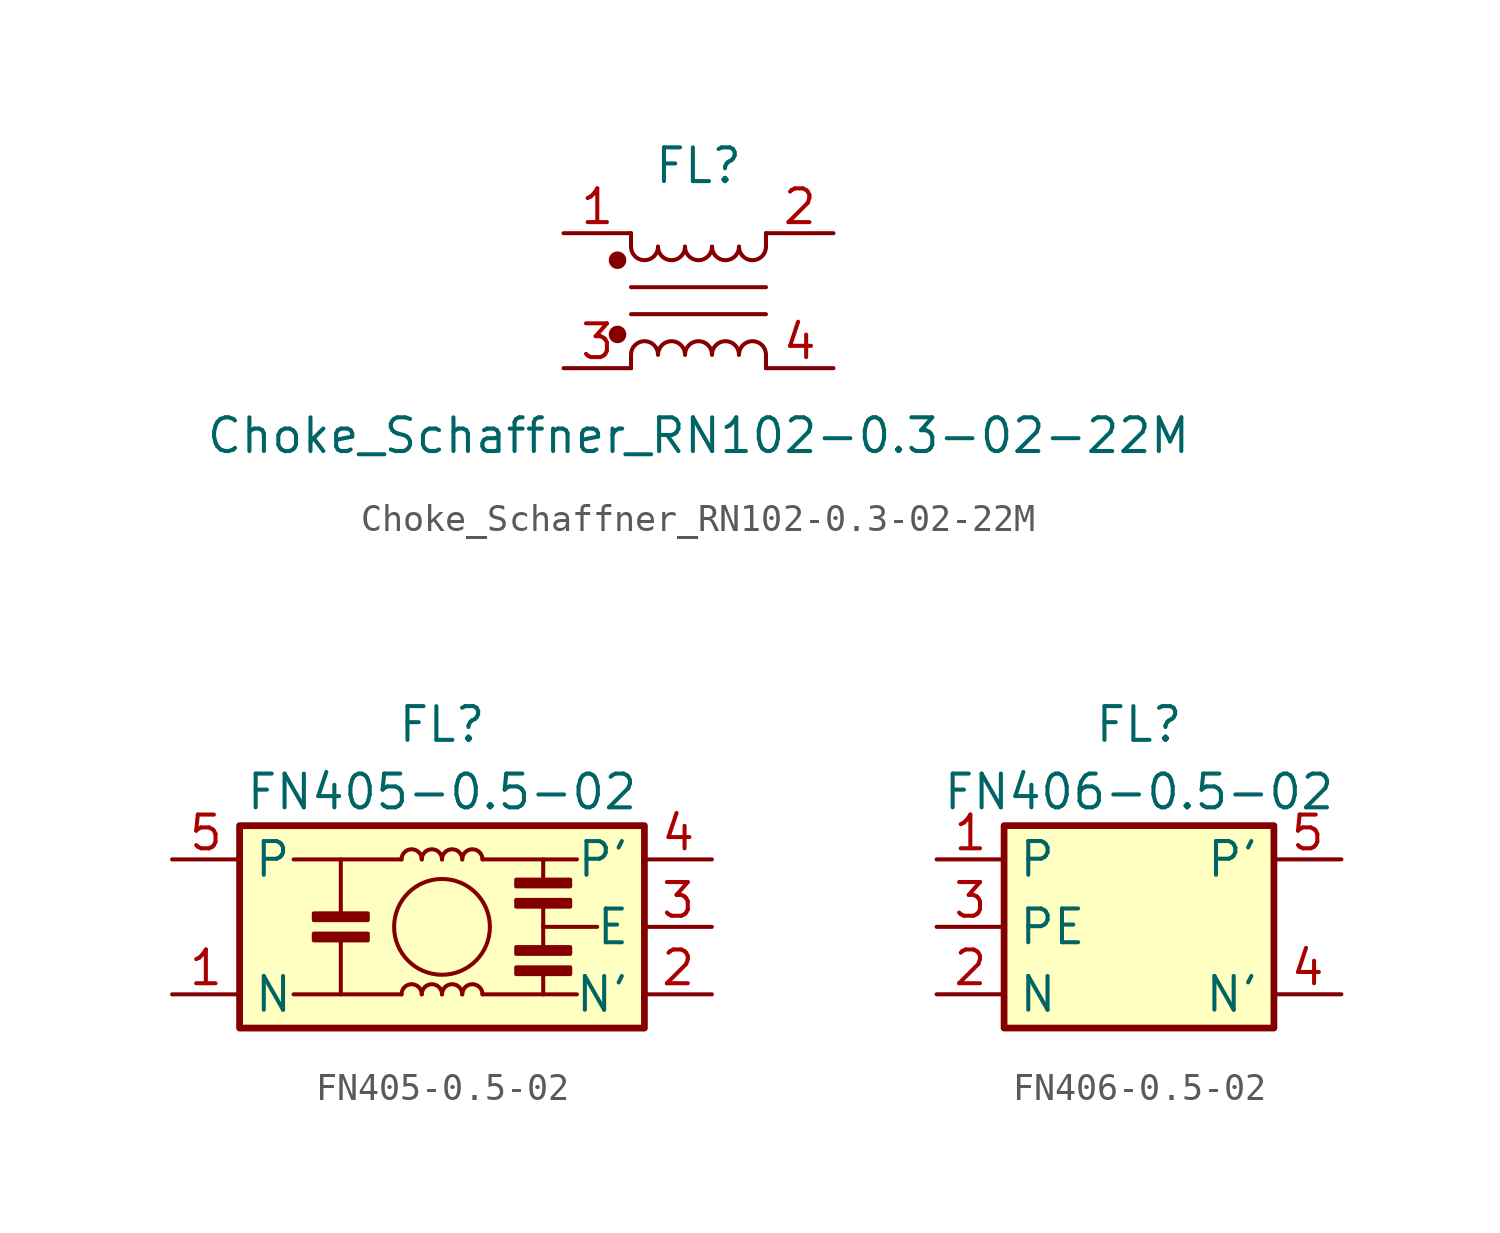
<source format=kicad_sym>
(kicad_symbol_lib
  (version 20201005)
  (generator kicad_symbol_editor)
  (symbol "Choke_Schaffner_RN102-0.3-02-22M"
    (pin_names hide)
    (property "Reference" "FL"
      (at 0 5.08 0)
      (effects (font (size 1.27 1.27))))
    (property "Value" "Choke_Schaffner_RN102-0.3-02-22M"
      (at 0 -5.08 0)
      (effects (font (size 1.27 1.27))))
    (symbol "Choke_Schaffner_RN102-0.3-02-22M_1_1"
      (arc (start -1.524 -2.032) (end -2.54 -2.032) (radius (at -2.032 -2.032) (length 0.508) (angles 0.1 179.9)) (stroke (width 0)) (fill (type none)))
      (arc (start -2.54 2.032) (end -1.524 2.032) (radius (at -2.032 2.032) (length 0.508) (angles -179.9 -0.1)) (stroke (width 0)) (fill (type none)))
      (arc (start -0.508 -2.032) (end -1.524 -2.032) (radius (at -1.016 -2.032) (length 0.508) (angles 0.1 179.9)) (stroke (width 0)) (fill (type none)))
      (arc (start -1.524 2.032) (end -0.508 2.032) (radius (at -1.016 2.032) (length 0.508) (angles -179.9 -0.1)) (stroke (width 0)) (fill (type none)))
      (arc (start 0.508 -2.032) (end -0.508 -2.032) (radius (at 0 -2.032) (length 0.508) (angles 0.1 179.9)) (stroke (width 0)) (fill (type none)))
      (arc (start -0.508 2.032) (end 0.508 2.032) (radius (at 0 2.032) (length 0.508) (angles -179.9 -0.1)) (stroke (width 0)) (fill (type none)))
      (arc (start 1.524 -2.032) (end 0.508 -2.032) (radius (at 1.016 -2.032) (length 0.508) (angles 0.1 179.9)) (stroke (width 0)) (fill (type none)))
      (arc (start 0.508 2.032) (end 1.524 2.032) (radius (at 1.016 2.032) (length 0.508) (angles -179.9 -0.1)) (stroke (width 0)) (fill (type none)))
      (arc (start 2.54 -2.032) (end 1.524 -2.032) (radius (at 2.032 -2.032) (length 0.508) (angles 0.1 179.9)) (stroke (width 0)) (fill (type none)))
      (arc (start 1.524 2.032) (end 2.54 2.032) (radius (at 2.032 2.032) (length 0.508) (angles -179.9 -0.1)) (stroke (width 0)) (fill (type none)))
      (circle (center -3.048 -1.27) (radius 0.254) (stroke (width 0)) (fill (type outline)))
      (circle (center -3.048 1.524) (radius 0.254) (stroke (width 0)) (fill (type outline)))
      (polyline (pts (xy -2.54 -2.032) (xy -2.54 -2.54)) (stroke (width 0)) (fill (type none)))
      (polyline (pts (xy -2.54 0.508) (xy 2.54 0.508)) (stroke (width 0)) (fill (type none)))
      (polyline (pts (xy -2.54 2.032) (xy -2.54 2.54)) (stroke (width 0)) (fill (type none)))
      (polyline (pts (xy 2.54 -2.032) (xy 2.54 -2.54)) (stroke (width 0)) (fill (type none)))
      (polyline (pts (xy 2.54 -0.508) (xy -2.54 -0.508)) (stroke (width 0)) (fill (type none)))
      (polyline (pts (xy 2.54 2.54) (xy 2.54 2.032)) (stroke (width 0)) (fill (type none)))
      (pin passive line (at -5.08 2.54 0) (length 2.54) (name "1" (effects (font (size 1.27 1.27)))) (number "1" (effects (font (size 1.27 1.27)))))
      (pin passive line (at 5.08 2.54 180) (length 2.54) (name "2" (effects (font (size 1.27 1.27)))) (number "2" (effects (font (size 1.27 1.27)))))
      (pin passive line (at -5.08 -2.54 0) (length 2.54) (name "3" (effects (font (size 1.27 1.27)))) (number "3" (effects (font (size 1.27 1.27)))))
      (pin passive line (at 5.08 -2.54 180) (length 2.54) (name "4" (effects (font (size 1.27 1.27)))) (number "4" (effects (font (size 1.27 1.27)))))))
  (symbol "FN405-0.5-02"
    (property "Reference" "FL"
      (at 0 7.62 0)
      (effects (font (size 1.27 1.27))))
    (property "Value" "FN405-0.5-02"
      (at 0 5.08 0)
      (effects (font (size 1.27 1.27))))
    (symbol "FN405-0.5-02_0_1"
      (arc (start -0.762 -2.54) (end -1.524 -2.54) (radius (at -1.143 -2.54) (length 0.381) (angles 0.1 179.9)) (stroke (width 0)) (fill (type none)))
      (arc (start -0.762 2.54) (end -1.524 2.54) (radius (at -1.143 2.54) (length 0.381) (angles 0.1 179.9)) (stroke (width 0)) (fill (type none)))
      (arc (start 0 -2.54) (end -0.762 -2.54) (radius (at -0.381 -2.54) (length 0.381) (angles 0.1 179.9)) (stroke (width 0)) (fill (type none)))
      (arc (start 0 2.54) (end -0.762 2.54) (radius (at -0.381 2.54) (length 0.381) (angles 0.1 179.9)) (stroke (width 0)) (fill (type none)))
      (arc (start 0.762 -2.54) (end 0 -2.54) (radius (at 0.381 -2.54) (length 0.381) (angles 0.1 179.9)) (stroke (width 0)) (fill (type none)))
      (arc (start 0.762 2.54) (end 0 2.54) (radius (at 0.381 2.54) (length 0.381) (angles 0.1 179.9)) (stroke (width 0)) (fill (type none)))
      (arc (start 1.524 -2.54) (end 0.762 -2.54) (radius (at 1.143 -2.54) (length 0.381) (angles 0.1 179.9)) (stroke (width 0)) (fill (type none)))
      (arc (start 1.524 2.54) (end 0.762 2.54) (radius (at 1.143 2.54) (length 0.381) (angles 0.1 179.9)) (stroke (width 0)) (fill (type none)))
      (circle (center 0 0) (radius 1.803) (stroke (width 0)) (fill (type none)))
      (rectangle (start -4.826 -0.254) (end -2.794 -0.508) (stroke (width 0)) (fill (type outline)))
      (rectangle (start -4.826 0.254) (end -2.794 0.508) (stroke (width 0)) (fill (type outline)))
      (rectangle (start 2.794 -1.524) (end 4.826 -1.778) (stroke (width 0)) (fill (type outline)))
      (rectangle (start 2.794 -1.016) (end 4.826 -0.762) (stroke (width 0)) (fill (type outline)))
      (rectangle (start 2.794 1.016) (end 4.826 0.762) (stroke (width 0)) (fill (type outline)))
      (rectangle (start 2.794 1.524) (end 4.826 1.778) (stroke (width 0)) (fill (type outline)))
      (rectangle (start -7.62 3.81) (end 7.62 -3.81) (stroke (width 0.254)) (fill (type background)))
      (polyline (pts (xy -3.81 -0.508) (xy -3.81 -2.54)) (stroke (width 0)) (fill (type none)))
      (polyline (pts (xy -3.81 0.508) (xy -3.81 2.54)) (stroke (width 0)) (fill (type none)))
      (polyline (pts (xy -1.524 -2.54) (xy -5.588 -2.54)) (stroke (width 0)) (fill (type none)))
      (polyline (pts (xy -1.524 2.54) (xy -5.588 2.54)) (stroke (width 0)) (fill (type none)))
      (polyline (pts (xy 1.524 -2.54) (xy 5.08 -2.54)) (stroke (width 0)) (fill (type none)))
      (polyline (pts (xy 3.81 -1.778) (xy 3.81 -2.54)) (stroke (width 0)) (fill (type none)))
      (polyline (pts (xy 3.81 0) (xy 5.842 0)) (stroke (width 0)) (fill (type none)))
      (polyline (pts (xy 3.81 0.762) (xy 3.81 -0.762)) (stroke (width 0)) (fill (type none)))
      (polyline (pts (xy 3.81 1.778) (xy 3.81 2.54)) (stroke (width 0)) (fill (type none)))
      (polyline (pts (xy 5.08 2.54) (xy 1.524 2.54)) (stroke (width 0)) (fill (type none))))
    (symbol "FN405-0.5-02_1_1"
      (pin passive line (at -10.16 -2.54 0) (length 2.54) (name "N" (effects (font (size 1.27 1.27)))) (number "1" (effects (font (size 1.27 1.27)))))
      (pin passive line (at 10.16 -2.54 180) (length 2.54) (name "N'" (effects (font (size 1.27 1.27)))) (number "2" (effects (font (size 1.27 1.27)))))
      (pin passive line (at 10.16 0 180) (length 2.54) (name "E" (effects (font (size 1.27 1.27)))) (number "3" (effects (font (size 1.27 1.27)))))
      (pin passive line (at 10.16 2.54 180) (length 2.54) (name "P'" (effects (font (size 1.27 1.27)))) (number "4" (effects (font (size 1.27 1.27)))))
      (pin passive line (at -10.16 2.54 0) (length 2.54) (name "P" (effects (font (size 1.27 1.27)))) (number "5" (effects (font (size 1.27 1.27)))))))
  (symbol "FN406-0.5-02"
    (property "Reference" "FL"
      (at 0 7.62 0)
      (effects (font (size 1.27 1.27))))
    (property "Value" "FN406-0.5-02"
      (at 0 5.08 0)
      (effects (font (size 1.27 1.27))))
    (symbol "FN406-0.5-02_0_1"
      (rectangle (start -5.08 3.81) (end 5.08 -3.81) (stroke (width 0.254)) (fill (type background))))
    (symbol "FN406-0.5-02_1_1"
      (pin passive line (at -7.62 2.54 0) (length 2.54) (name "P" (effects (font (size 1.27 1.27)))) (number "1" (effects (font (size 1.27 1.27)))))
      (pin passive line (at -7.62 -2.54 0) (length 2.54) (name "N" (effects (font (size 1.27 1.27)))) (number "2" (effects (font (size 1.27 1.27)))))
      (pin passive line (at -7.62 0 0) (length 2.54) (name "PE" (effects (font (size 1.27 1.27)))) (number "3" (effects (font (size 1.27 1.27)))))
      (pin passive line (at 7.62 -2.54 180) (length 2.54) (name "N'" (effects (font (size 1.27 1.27)))) (number "4" (effects (font (size 1.27 1.27)))))
      (pin passive line (at 7.62 2.54 180) (length 2.54) (name "P'" (effects (font (size 1.27 1.27)))) (number "5" (effects (font (size 1.27 1.27))))))))
</source>
